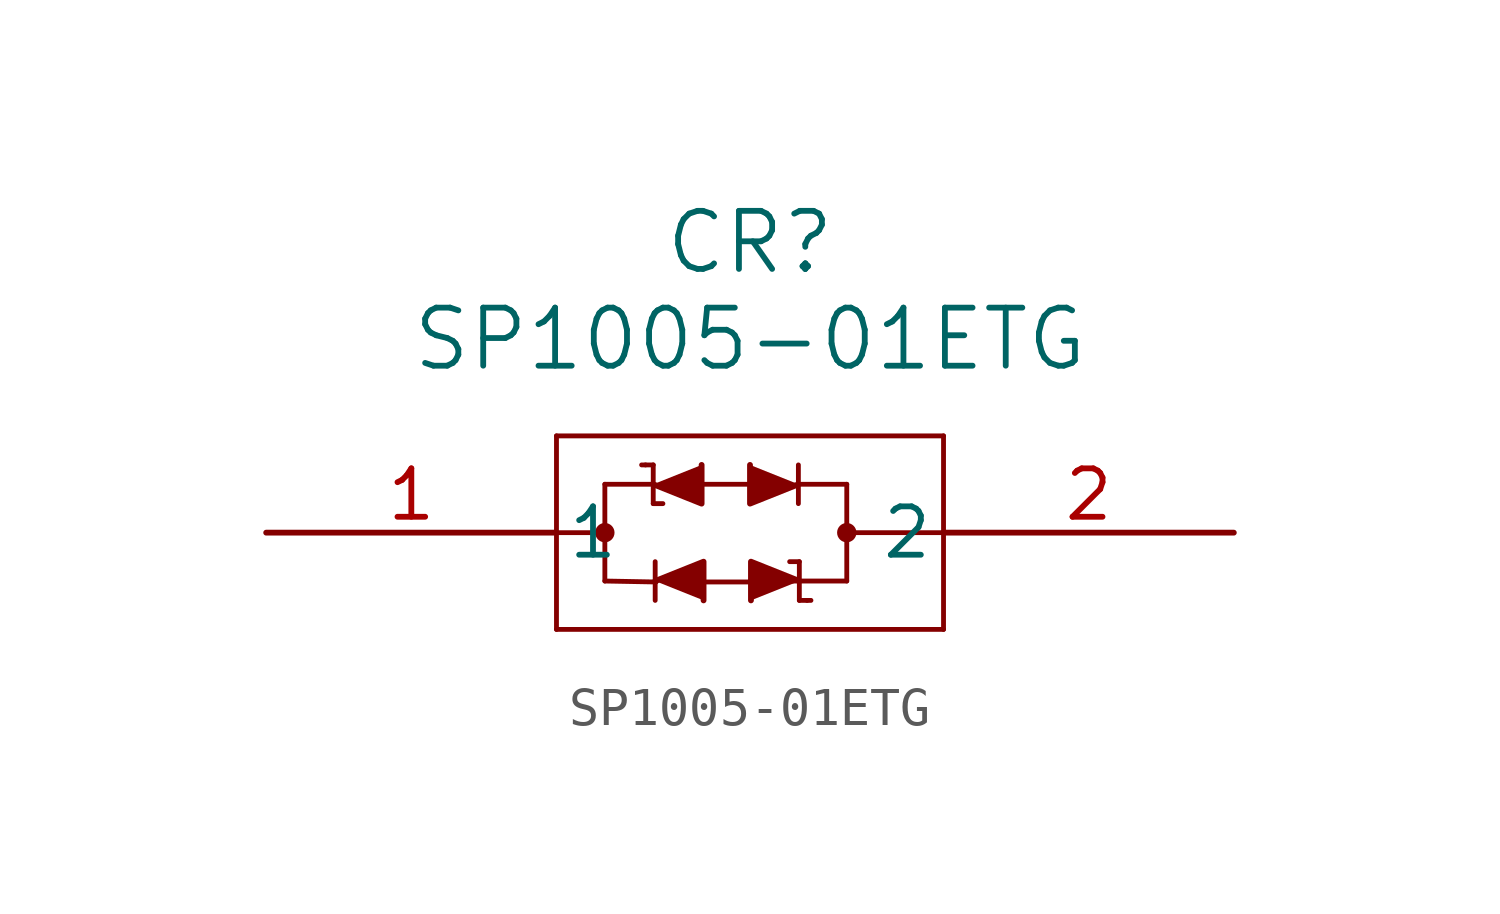
<source format=kicad_sym>
(kicad_symbol_lib
  (version 20211014)
  (generator kicad_symbol_editor)
  (symbol "SP1005-01ETG"
    (pin_names
      (offset 0.254))
    (property "Reference" "CR"
      (at 12.7 7.62 0)
      (effects (font (size 1.524 1.524))))
    (property "Value" "SP1005-01ETG"
      (at 12.7 5.08 0)
      (effects (font (size 1.524 1.524))))
    (symbol "SP1005-01ETG_0_1"
      (polyline (pts (xy 7.62 2.54) (xy 7.62 -2.54)) (stroke (width 0.127) (type default) (color 0 0 0 0)) (fill (type none)))
      (polyline (pts (xy 7.62 -2.54) (xy 17.78 -2.54)) (stroke (width 0.127) (type default) (color 0 0 0 0)) (fill (type none)))
      (polyline (pts (xy 17.78 -2.54) (xy 17.78 2.54)) (stroke (width 0.127) (type default) (color 0 0 0 0)) (fill (type none)))
      (polyline (pts (xy 17.78 2.54) (xy 7.62 2.54)) (stroke (width 0.127) (type default) (color 0 0 0 0)) (fill (type none)))
      (polyline (pts (xy 8.89 0) (xy 7.62 0)) (stroke (width 0.127) (type default) (color 0 0 0 0)) (fill (type none)))
      (polyline (pts (xy 15.24 0) (xy 17.78 0)) (stroke (width 0.127) (type default) (color 0 0 0 0)) (fill (type none)))
      (polyline (pts (xy 8.89 1.27) (xy 8.89 -1.27)) (stroke (width 0.127) (type default) (color 0 0 0 0)) (fill (type none)))
      (polyline (pts (xy 8.89 1.27) (xy 10.16 1.27)) (stroke (width 0.127) (type default) (color 0 0 0 0)) (fill (type none)))
      (polyline (pts (xy 11.43 1.27) (xy 12.7 1.27)) (stroke (width 0.127) (type default) (color 0 0 0 0)) (fill (type none)))
      (polyline (pts (xy 13.97 1.778) (xy 13.97 0.762)) (stroke (width 0.127) (type default) (color 0 0 0 0)) (fill (type none)))
      (polyline (pts (xy 10.16 1.778) (xy 10.16 0.762)) (stroke (width 0.127) (type default) (color 0 0 0 0)) (fill (type none)))
      (polyline (pts (xy 10.16 1.778) (xy 9.957 1.778)) (stroke (width 0.127) (type default) (color 0 0 0 0)) (fill (type none)))
      (polyline (pts (xy 10.16 0.762) (xy 10.414 0.762)) (stroke (width 0.127) (type default) (color 0 0 0 0)) (fill (type none)))
      (polyline (pts (xy 10.211 -1.778) (xy 10.211 -0.762)) (stroke (width 0.127) (type default) (color 0 0 0 0)) (fill (type none)))
      (polyline (pts (xy 8.89 -1.27) (xy 10.236 -1.295)) (stroke (width 0.127) (type default) (color 0 0 0 0)) (fill (type none)))
      (polyline (pts (xy 12.7 -1.27) (xy 15.24 -1.27)) (stroke (width 0.127) (type default) (color 0 0 0 0)) (fill (type none)))
      (polyline (pts (xy 13.97 1.27) (xy 15.24 1.27)) (stroke (width 0.127) (type default) (color 0 0 0 0)) (fill (type none)))
      (polyline (pts (xy 15.24 1.27) (xy 15.24 -1.27)) (stroke (width 0.127) (type default) (color 0 0 0 0)) (fill (type none)))
      (polyline (pts (xy 13.97 1.27) (xy 12.7 0.762) (xy 12.7 1.778)) (stroke (width 0) (type default) (color 0 0 0 0)) (fill (type outline)))
      (polyline (pts (xy 10.16 1.27) (xy 11.43 0.762) (xy 11.43 1.778)) (stroke (width 0) (type default) (color 0 0 0 0)) (fill (type outline)))
      (polyline (pts (xy 10.211 -1.27) (xy 11.481 -0.762) (xy 11.481 -1.778)) (stroke (width 0) (type default) (color 0 0 0 0)) (fill (type outline)))
      (circle (center 8.89 0) (radius 0.127) (stroke (width 0.254) (type default) (color 0 0 0 0)) (fill (type none)))
      (circle (center 15.24 0) (radius 0.127) (stroke (width 0.254) (type default) (color 0 0 0 0)) (fill (type none)))
      (polyline (pts (xy 9.957 1.778) (xy 9.855 1.778)) (stroke (width 0.127) (type default) (color 0 0 0 0)) (fill (type none)))
      (polyline (pts (xy 12.649 -1.295) (xy 11.379 -1.295)) (stroke (width 0.127) (type default) (color 0 0 0 0)) (fill (type none)))
      (polyline (pts (xy 13.995 -1.778) (xy 13.995 -0.762)) (stroke (width 0.127) (type default) (color 0 0 0 0)) (fill (type none)))
      (polyline (pts (xy 13.995 -1.778) (xy 14.199 -1.778)) (stroke (width 0.127) (type default) (color 0 0 0 0)) (fill (type none)))
      (polyline (pts (xy 13.995 -0.762) (xy 13.741 -0.762)) (stroke (width 0.127) (type default) (color 0 0 0 0)) (fill (type none)))
      (polyline (pts (xy 14.199 -1.778) (xy 14.3 -1.778)) (stroke (width 0.127) (type default) (color 0 0 0 0)) (fill (type none)))
      (polyline (pts (xy 13.995 -1.27) (xy 12.725 -0.762) (xy 12.725 -1.778)) (stroke (width 0) (type default) (color 0 0 0 0)) (fill (type outline)))
      (pin unspecified line (at 25.4 0 180) (length 7.62) (name "2" (effects (font (size 1.27 1.27)))) (number "2" (effects (font (size 1.27 1.27)))))
      (pin unspecified line (at 0 0 0) (length 7.62) (name "1" (effects (font (size 1.27 1.27)))) (number "1" (effects (font (size 1.27 1.27))))))))
</source>
